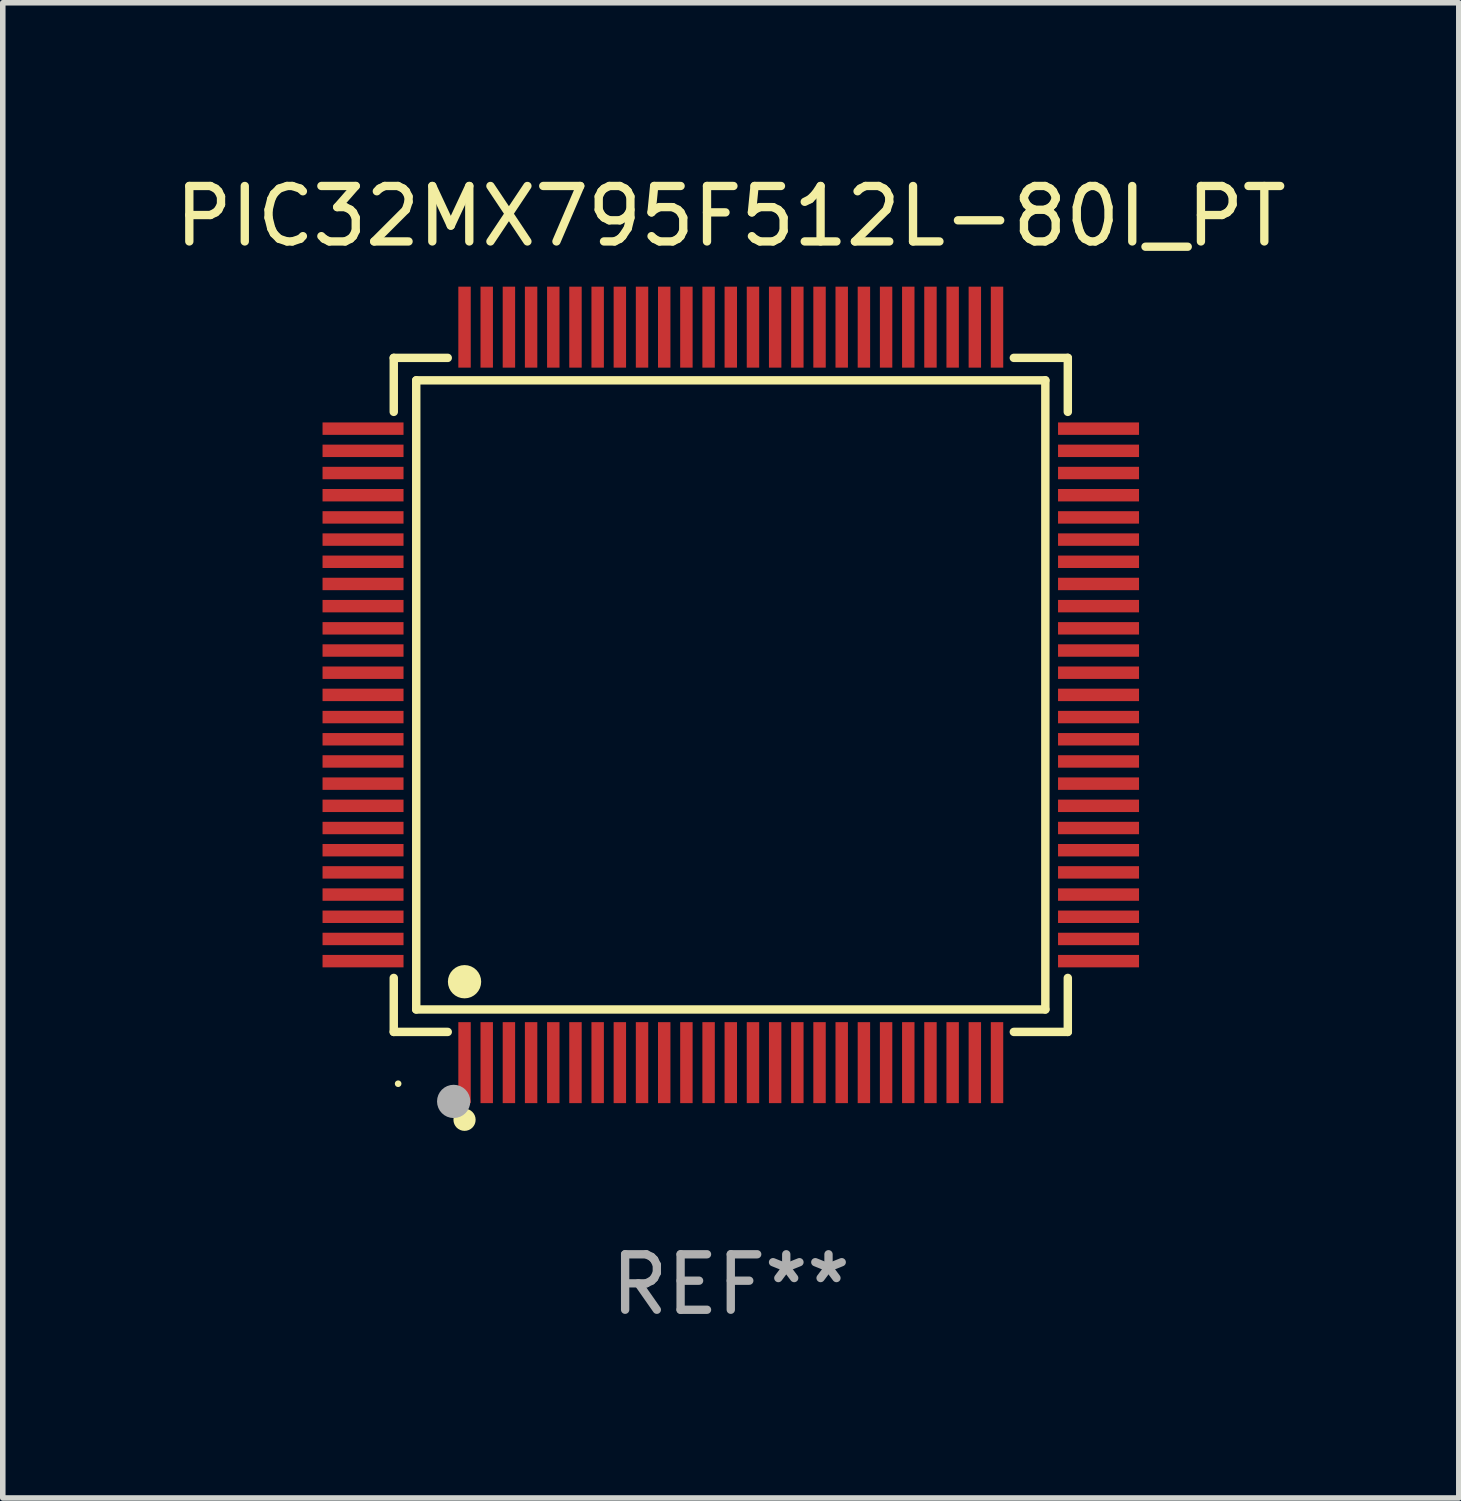
<source format=kicad_pcb>
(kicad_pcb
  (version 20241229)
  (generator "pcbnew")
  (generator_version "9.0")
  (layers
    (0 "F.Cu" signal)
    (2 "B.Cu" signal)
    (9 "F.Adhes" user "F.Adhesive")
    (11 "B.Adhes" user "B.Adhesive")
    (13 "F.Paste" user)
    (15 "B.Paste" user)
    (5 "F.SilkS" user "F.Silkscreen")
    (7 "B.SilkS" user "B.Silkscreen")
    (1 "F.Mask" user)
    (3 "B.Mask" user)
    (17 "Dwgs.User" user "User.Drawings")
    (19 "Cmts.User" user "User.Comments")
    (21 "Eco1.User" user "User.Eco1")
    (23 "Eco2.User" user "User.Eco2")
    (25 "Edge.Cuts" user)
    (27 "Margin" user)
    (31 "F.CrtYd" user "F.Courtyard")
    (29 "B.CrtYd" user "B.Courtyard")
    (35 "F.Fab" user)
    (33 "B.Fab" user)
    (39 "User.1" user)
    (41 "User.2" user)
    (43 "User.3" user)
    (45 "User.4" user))
  (footprint "PIC32MX795F512L-80I_PT"
    (layer "F.Cu")
    (at 10.125 9.478)
    (property "Reference" "PIC32MX795F512L-80I_PT" (at 0 -8.63 0) (layer "F.SilkS") (effects (font (size 1 1) (thickness 0.15))))
    (attr through_hole)
    (fp_line (start -6.076 -6.076) (end -5.103 -6.076) (stroke (width 0.152) (type solid)) (layer "F.SilkS"))
    (fp_line (start -6.076 -5.103) (end -6.076 -6.076) (stroke (width 0.152) (type solid)) (layer "F.SilkS"))
    (fp_line (start -6.076 5.103) (end -6.076 6.076) (stroke (width 0.152) (type solid)) (layer "F.SilkS"))
    (fp_line (start -6.076 6.076) (end -5.103 6.076) (stroke (width 0.152) (type solid)) (layer "F.SilkS"))
    (fp_line (start -5.671 -5.671) (end 5.671 -5.671) (stroke (width 0.152) (type solid)) (layer "F.SilkS"))
    (fp_line (start -5.671 5.671) (end -5.671 -5.671) (stroke (width 0.152) (type solid)) (layer "F.SilkS"))
    (fp_line (start 5.671 -5.671) (end 5.671 5.671) (stroke (width 0.152) (type solid)) (layer "F.SilkS"))
    (fp_line (start 5.671 5.671) (end -5.671 5.671) (stroke (width 0.152) (type solid)) (layer "F.SilkS"))
    (fp_line (start 6.076 -6.076) (end 5.103 -6.076) (stroke (width 0.152) (type solid)) (layer "F.SilkS"))
    (fp_line (start 6.076 -5.103) (end 6.076 -6.076) (stroke (width 0.152) (type solid)) (layer "F.SilkS"))
    (fp_line (start 6.076 5.103) (end 6.076 6.076) (stroke (width 0.152) (type solid)) (layer "F.SilkS"))
    (fp_line (start 6.076 6.076) (end 5.103 6.076) (stroke (width 0.152) (type solid)) (layer "F.SilkS"))
    (fp_circle (center -5.997 7.01) (end -5.967 7.01) (stroke (width 0.06) (type solid)) (fill no) (layer "F.SilkS"))
    (fp_circle (center -4.8 5.171) (end -4.65 5.171) (stroke (width 0.3) (type solid)) (fill no) (layer "F.SilkS"))
    (fp_circle (center -4.8 7.66) (end -4.7 7.66) (stroke (width 0.2) (type solid)) (fill no) (layer "F.SilkS"))
    (fp_circle (center -4.996 7.329) (end -4.846 7.329) (stroke (width 0.3) (type solid)) (fill no) (layer "F.Fab"))
    (fp_text user "REF**" (at 0 10.63 0) (layer "F.Fab") (effects (font (size 1 1) (thickness 0.15))))
    (pad "1" smd rect (at -4.8 6.63) (size 0.224 1.46) (layers "F.Cu" "F.Mask" "F.Paste"))
    (pad "2" smd rect (at -4.4 6.63) (size 0.224 1.46) (layers "F.Cu" "F.Mask" "F.Paste"))
    (pad "3" smd rect (at -4 6.63) (size 0.224 1.46) (layers "F.Cu" "F.Mask" "F.Paste"))
    (pad "4" smd rect (at -3.6 6.63) (size 0.224 1.46) (layers "F.Cu" "F.Mask" "F.Paste"))
    (pad "5" smd rect (at -3.2 6.63) (size 0.224 1.46) (layers "F.Cu" "F.Mask" "F.Paste"))
    (pad "6" smd rect (at -2.8 6.63) (size 0.224 1.46) (layers "F.Cu" "F.Mask" "F.Paste"))
    (pad "7" smd rect (at -2.4 6.63) (size 0.224 1.46) (layers "F.Cu" "F.Mask" "F.Paste"))
    (pad "8" smd rect (at -2 6.63) (size 0.224 1.46) (layers "F.Cu" "F.Mask" "F.Paste"))
    (pad "9" smd rect (at -1.6 6.63) (size 0.224 1.46) (layers "F.Cu" "F.Mask" "F.Paste"))
    (pad "10" smd rect (at -1.2 6.63) (size 0.224 1.46) (layers "F.Cu" "F.Mask" "F.Paste"))
    (pad "11" smd rect (at -0.8 6.63) (size 0.224 1.46) (layers "F.Cu" "F.Mask" "F.Paste"))
    (pad "12" smd rect (at -0.4 6.63) (size 0.224 1.46) (layers "F.Cu" "F.Mask" "F.Paste"))
    (pad "13" smd rect (at 0 6.63) (size 0.224 1.46) (layers "F.Cu" "F.Mask" "F.Paste"))
    (pad "14" smd rect (at 0.4 6.63) (size 0.224 1.46) (layers "F.Cu" "F.Mask" "F.Paste"))
    (pad "15" smd rect (at 0.8 6.63) (size 0.224 1.46) (layers "F.Cu" "F.Mask" "F.Paste"))
    (pad "16" smd rect (at 1.2 6.63) (size 0.224 1.46) (layers "F.Cu" "F.Mask" "F.Paste"))
    (pad "17" smd rect (at 1.6 6.63) (size 0.224 1.46) (layers "F.Cu" "F.Mask" "F.Paste"))
    (pad "18" smd rect (at 2 6.63) (size 0.224 1.46) (layers "F.Cu" "F.Mask" "F.Paste"))
    (pad "19" smd rect (at 2.4 6.63) (size 0.224 1.46) (layers "F.Cu" "F.Mask" "F.Paste"))
    (pad "20" smd rect (at 2.8 6.63) (size 0.224 1.46) (layers "F.Cu" "F.Mask" "F.Paste"))
    (pad "21" smd rect (at 3.2 6.63) (size 0.224 1.46) (layers "F.Cu" "F.Mask" "F.Paste"))
    (pad "22" smd rect (at 3.6 6.63) (size 0.224 1.46) (layers "F.Cu" "F.Mask" "F.Paste"))
    (pad "23" smd rect (at 4 6.63) (size 0.224 1.46) (layers "F.Cu" "F.Mask" "F.Paste"))
    (pad "24" smd rect (at 4.4 6.63) (size 0.224 1.46) (layers "F.Cu" "F.Mask" "F.Paste"))
    (pad "25" smd rect (at 4.8 6.63) (size 0.224 1.46) (layers "F.Cu" "F.Mask" "F.Paste"))
    (pad "26" smd rect (at 6.63 4.8) (size 1.46 0.224) (layers "F.Cu" "F.Mask" "F.Paste"))
    (pad "27" smd rect (at 6.63 4.4) (size 1.46 0.224) (layers "F.Cu" "F.Mask" "F.Paste"))
    (pad "28" smd rect (at 6.63 4) (size 1.46 0.224) (layers "F.Cu" "F.Mask" "F.Paste"))
    (pad "29" smd rect (at 6.63 3.6) (size 1.46 0.224) (layers "F.Cu" "F.Mask" "F.Paste"))
    (pad "30" smd rect (at 6.63 3.2) (size 1.46 0.224) (layers "F.Cu" "F.Mask" "F.Paste"))
    (pad "31" smd rect (at 6.63 2.8) (size 1.46 0.224) (layers "F.Cu" "F.Mask" "F.Paste"))
    (pad "32" smd rect (at 6.63 2.4) (size 1.46 0.224) (layers "F.Cu" "F.Mask" "F.Paste"))
    (pad "33" smd rect (at 6.63 2) (size 1.46 0.224) (layers "F.Cu" "F.Mask" "F.Paste"))
    (pad "34" smd rect (at 6.63 1.6) (size 1.46 0.224) (layers "F.Cu" "F.Mask" "F.Paste"))
    (pad "35" smd rect (at 6.63 1.2) (size 1.46 0.224) (layers "F.Cu" "F.Mask" "F.Paste"))
    (pad "36" smd rect (at 6.63 0.8) (size 1.46 0.224) (layers "F.Cu" "F.Mask" "F.Paste"))
    (pad "37" smd rect (at 6.63 0.4) (size 1.46 0.224) (layers "F.Cu" "F.Mask" "F.Paste"))
    (pad "38" smd rect (at 6.63 0) (size 1.46 0.224) (layers "F.Cu" "F.Mask" "F.Paste"))
    (pad "39" smd rect (at 6.63 -0.4) (size 1.46 0.224) (layers "F.Cu" "F.Mask" "F.Paste"))
    (pad "40" smd rect (at 6.63 -0.8) (size 1.46 0.224) (layers "F.Cu" "F.Mask" "F.Paste"))
    (pad "41" smd rect (at 6.63 -1.2) (size 1.46 0.224) (layers "F.Cu" "F.Mask" "F.Paste"))
    (pad "42" smd rect (at 6.63 -1.6) (size 1.46 0.224) (layers "F.Cu" "F.Mask" "F.Paste"))
    (pad "43" smd rect (at 6.63 -2) (size 1.46 0.224) (layers "F.Cu" "F.Mask" "F.Paste"))
    (pad "44" smd rect (at 6.63 -2.4) (size 1.46 0.224) (layers "F.Cu" "F.Mask" "F.Paste"))
    (pad "45" smd rect (at 6.63 -2.8) (size 1.46 0.224) (layers "F.Cu" "F.Mask" "F.Paste"))
    (pad "46" smd rect (at 6.63 -3.2) (size 1.46 0.224) (layers "F.Cu" "F.Mask" "F.Paste"))
    (pad "47" smd rect (at 6.63 -3.6) (size 1.46 0.224) (layers "F.Cu" "F.Mask" "F.Paste"))
    (pad "48" smd rect (at 6.63 -4) (size 1.46 0.224) (layers "F.Cu" "F.Mask" "F.Paste"))
    (pad "49" smd rect (at 6.63 -4.4) (size 1.46 0.224) (layers "F.Cu" "F.Mask" "F.Paste"))
    (pad "50" smd rect (at 6.63 -4.8) (size 1.46 0.224) (layers "F.Cu" "F.Mask" "F.Paste"))
    (pad "51" smd rect (at 4.8 -6.63) (size 0.224 1.46) (layers "F.Cu" "F.Mask" "F.Paste"))
    (pad "52" smd rect (at 4.4 -6.63) (size 0.224 1.46) (layers "F.Cu" "F.Mask" "F.Paste"))
    (pad "53" smd rect (at 4 -6.63) (size 0.224 1.46) (layers "F.Cu" "F.Mask" "F.Paste"))
    (pad "54" smd rect (at 3.6 -6.63) (size 0.224 1.46) (layers "F.Cu" "F.Mask" "F.Paste"))
    (pad "55" smd rect (at 3.2 -6.63) (size 0.224 1.46) (layers "F.Cu" "F.Mask" "F.Paste"))
    (pad "56" smd rect (at 2.8 -6.63) (size 0.224 1.46) (layers "F.Cu" "F.Mask" "F.Paste"))
    (pad "57" smd rect (at 2.4 -6.63) (size 0.224 1.46) (layers "F.Cu" "F.Mask" "F.Paste"))
    (pad "58" smd rect (at 2 -6.63) (size 0.224 1.46) (layers "F.Cu" "F.Mask" "F.Paste"))
    (pad "59" smd rect (at 1.6 -6.63) (size 0.224 1.46) (layers "F.Cu" "F.Mask" "F.Paste"))
    (pad "60" smd rect (at 1.2 -6.63) (size 0.224 1.46) (layers "F.Cu" "F.Mask" "F.Paste"))
    (pad "61" smd rect (at 0.8 -6.63) (size 0.224 1.46) (layers "F.Cu" "F.Mask" "F.Paste"))
    (pad "62" smd rect (at 0.4 -6.63) (size 0.224 1.46) (layers "F.Cu" "F.Mask" "F.Paste"))
    (pad "63" smd rect (at 0 -6.63) (size 0.224 1.46) (layers "F.Cu" "F.Mask" "F.Paste"))
    (pad "64" smd rect (at -0.4 -6.63) (size 0.224 1.46) (layers "F.Cu" "F.Mask" "F.Paste"))
    (pad "65" smd rect (at -0.8 -6.63) (size 0.224 1.46) (layers "F.Cu" "F.Mask" "F.Paste"))
    (pad "66" smd rect (at -1.2 -6.63) (size 0.224 1.46) (layers "F.Cu" "F.Mask" "F.Paste"))
    (pad "67" smd rect (at -1.6 -6.63) (size 0.224 1.46) (layers "F.Cu" "F.Mask" "F.Paste"))
    (pad "68" smd rect (at -2 -6.63) (size 0.224 1.46) (layers "F.Cu" "F.Mask" "F.Paste"))
    (pad "69" smd rect (at -2.4 -6.63) (size 0.224 1.46) (layers "F.Cu" "F.Mask" "F.Paste"))
    (pad "70" smd rect (at -2.8 -6.63) (size 0.224 1.46) (layers "F.Cu" "F.Mask" "F.Paste"))
    (pad "71" smd rect (at -3.2 -6.63) (size 0.224 1.46) (layers "F.Cu" "F.Mask" "F.Paste"))
    (pad "72" smd rect (at -3.6 -6.63) (size 0.224 1.46) (layers "F.Cu" "F.Mask" "F.Paste"))
    (pad "73" smd rect (at -4 -6.63) (size 0.224 1.46) (layers "F.Cu" "F.Mask" "F.Paste"))
    (pad "74" smd rect (at -4.4 -6.63) (size 0.224 1.46) (layers "F.Cu" "F.Mask" "F.Paste"))
    (pad "75" smd rect (at -4.8 -6.63) (size 0.224 1.46) (layers "F.Cu" "F.Mask" "F.Paste"))
    (pad "76" smd rect (at -6.63 -4.8) (size 1.46 0.224) (layers "F.Cu" "F.Mask" "F.Paste"))
    (pad "77" smd rect (at -6.63 -4.4) (size 1.46 0.224) (layers "F.Cu" "F.Mask" "F.Paste"))
    (pad "78" smd rect (at -6.63 -4) (size 1.46 0.224) (layers "F.Cu" "F.Mask" "F.Paste"))
    (pad "79" smd rect (at -6.63 -3.6) (size 1.46 0.224) (layers "F.Cu" "F.Mask" "F.Paste"))
    (pad "80" smd rect (at -6.63 -3.2) (size 1.46 0.224) (layers "F.Cu" "F.Mask" "F.Paste"))
    (pad "81" smd rect (at -6.63 -2.8) (size 1.46 0.224) (layers "F.Cu" "F.Mask" "F.Paste"))
    (pad "82" smd rect (at -6.63 -2.4) (size 1.46 0.224) (layers "F.Cu" "F.Mask" "F.Paste"))
    (pad "83" smd rect (at -6.63 -2) (size 1.46 0.224) (layers "F.Cu" "F.Mask" "F.Paste"))
    (pad "84" smd rect (at -6.63 -1.6) (size 1.46 0.224) (layers "F.Cu" "F.Mask" "F.Paste"))
    (pad "85" smd rect (at -6.63 -1.2) (size 1.46 0.224) (layers "F.Cu" "F.Mask" "F.Paste"))
    (pad "86" smd rect (at -6.63 -0.8) (size 1.46 0.224) (layers "F.Cu" "F.Mask" "F.Paste"))
    (pad "87" smd rect (at -6.63 -0.4) (size 1.46 0.224) (layers "F.Cu" "F.Mask" "F.Paste"))
    (pad "88" smd rect (at -6.63 0) (size 1.46 0.224) (layers "F.Cu" "F.Mask" "F.Paste"))
    (pad "89" smd rect (at -6.63 0.4) (size 1.46 0.224) (layers "F.Cu" "F.Mask" "F.Paste"))
    (pad "90" smd rect (at -6.63 0.8) (size 1.46 0.224) (layers "F.Cu" "F.Mask" "F.Paste"))
    (pad "91" smd rect (at -6.63 1.2) (size 1.46 0.224) (layers "F.Cu" "F.Mask" "F.Paste"))
    (pad "92" smd rect (at -6.63 1.6) (size 1.46 0.224) (layers "F.Cu" "F.Mask" "F.Paste"))
    (pad "93" smd rect (at -6.63 2) (size 1.46 0.224) (layers "F.Cu" "F.Mask" "F.Paste"))
    (pad "94" smd rect (at -6.63 2.4) (size 1.46 0.224) (layers "F.Cu" "F.Mask" "F.Paste"))
    (pad "95" smd rect (at -6.63 2.8) (size 1.46 0.224) (layers "F.Cu" "F.Mask" "F.Paste"))
    (pad "96" smd rect (at -6.63 3.2) (size 1.46 0.224) (layers "F.Cu" "F.Mask" "F.Paste"))
    (pad "97" smd rect (at -6.63 3.6) (size 1.46 0.224) (layers "F.Cu" "F.Mask" "F.Paste"))
    (pad "98" smd rect (at -6.63 4) (size 1.46 0.224) (layers "F.Cu" "F.Mask" "F.Paste"))
    (pad "99" smd rect (at -6.63 4.4) (size 1.46 0.224) (layers "F.Cu" "F.Mask" "F.Paste"))
    (pad "100" smd rect (at -6.63 4.8) (size 1.46 0.224) (layers "F.Cu" "F.Mask" "F.Paste")))
  (gr_rect
    (start -3 -3)
    (end 23.25 23.956)
    (stroke (width 0.1) (type default))
    (fill no)
    (layer "Edge.Cuts")))
</source>
